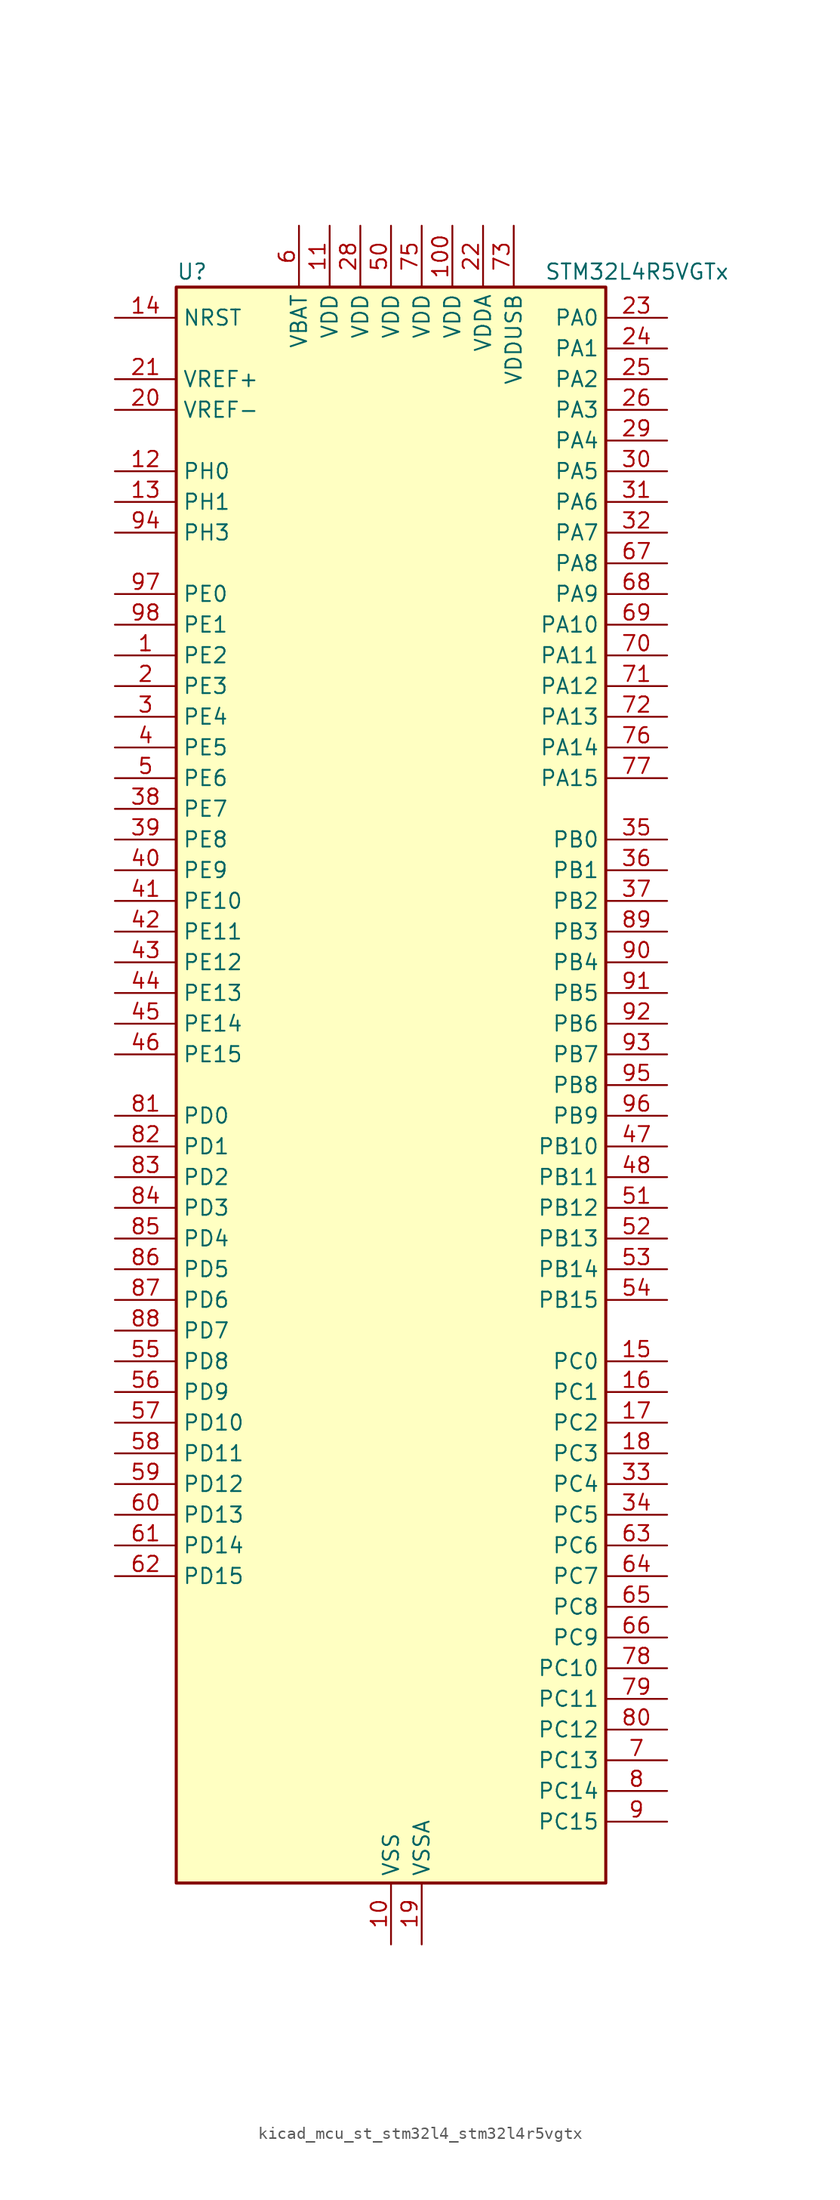
<source format=kicad_sym>
(kicad_symbol_lib
  (version 20220914)
  (generator kicad_symbol_editor)
  (symbol "kicad_mcu_st_stm32l4_stm32l4r5vgtx"
    (property "Reference" "U"
      (at -17.78 67.31 0)
      (effects (font (size 1.27 1.27)) (justify left)))
    (property "Value" "STM32L4R5VGTx"
      (at 12.7 67.31 0)
      (effects (font (size 1.27 1.27)) (justify left)))
    (property "ki_locked" ""
      (at 0 0 0)
      (effects (font (size 1.27 1.27))))
    (symbol "kicad_mcu_st_stm32l4_stm32l4r5vgtx_0_1"
      (rectangle (start -17.78 -66.04) (end 17.78 66.04) (stroke (width 0.254) (type default)) (fill (type background))))
    (symbol "kicad_mcu_st_stm32l4_stm32l4r5vgtx_1_1"
      (pin bidirectional line (at -22.86 35.56 0) (length 5.08) (name "PE2" (effects (font (size 1.27 1.27)))) (number "1" (effects (font (size 1.27 1.27)))) (alternate "FMC_A23" bidirectional line) (alternate "SAI1_CK1" bidirectional line) (alternate "SAI1_MCLK_A" bidirectional line) (alternate "SYS_TRACECLK" bidirectional line) (alternate "TIM3_ETR" bidirectional line) (alternate "TSC_G7_IO1" bidirectional line))
      (pin power_in line (at 0 -71.12 90) (length 5.08) (name "VSS" (effects (font (size 1.27 1.27)))) (number "10" (effects (font (size 1.27 1.27)))))
      (pin power_in line (at 5.08 71.12 270) (length 5.08) (name "VDD" (effects (font (size 1.27 1.27)))) (number "100" (effects (font (size 1.27 1.27)))))
      (pin power_in line (at -5.08 71.12 270) (length 5.08) (name "VDD" (effects (font (size 1.27 1.27)))) (number "11" (effects (font (size 1.27 1.27)))))
      (pin bidirectional line (at -22.86 50.8 0) (length 5.08) (name "PH0" (effects (font (size 1.27 1.27)))) (number "12" (effects (font (size 1.27 1.27)))) (alternate "RCC_OSC_IN" bidirectional line))
      (pin bidirectional line (at -22.86 48.26 0) (length 5.08) (name "PH1" (effects (font (size 1.27 1.27)))) (number "13" (effects (font (size 1.27 1.27)))) (alternate "RCC_OSC_OUT" bidirectional line))
      (pin input line (at -22.86 63.5 0) (length 5.08) (name "NRST" (effects (font (size 1.27 1.27)))) (number "14" (effects (font (size 1.27 1.27)))))
      (pin bidirectional line (at 22.86 -22.86 180) (length 5.08) (name "PC0" (effects (font (size 1.27 1.27)))) (number "15" (effects (font (size 1.27 1.27)))) (alternate "ADC1_IN1" bidirectional line) (alternate "DFSDM1_DATIN4" bidirectional line) (alternate "I2C3_SCL" bidirectional line) (alternate "LPTIM1_IN1" bidirectional line) (alternate "LPTIM2_IN1" bidirectional line) (alternate "LPUART1_RX" bidirectional line) (alternate "SAI2_FS_A" bidirectional line))
      (pin bidirectional line (at 22.86 -25.4 180) (length 5.08) (name "PC1" (effects (font (size 1.27 1.27)))) (number "16" (effects (font (size 1.27 1.27)))) (alternate "ADC1_IN2" bidirectional line) (alternate "DFSDM1_CKIN4" bidirectional line) (alternate "I2C3_SDA" bidirectional line) (alternate "LPTIM1_OUT" bidirectional line) (alternate "LPUART1_TX" bidirectional line) (alternate "OCTOSPIM_P1_IO4" bidirectional line) (alternate "SAI1_SD_A" bidirectional line) (alternate "SPI2_MOSI" bidirectional line) (alternate "SYS_TRACED0" bidirectional line))
      (pin bidirectional line (at 22.86 -27.94 180) (length 5.08) (name "PC2" (effects (font (size 1.27 1.27)))) (number "17" (effects (font (size 1.27 1.27)))) (alternate "ADC1_IN3" bidirectional line) (alternate "DFSDM1_CKOUT" bidirectional line) (alternate "LPTIM1_IN2" bidirectional line) (alternate "OCTOSPIM_P1_IO5" bidirectional line) (alternate "SPI2_MISO" bidirectional line))
      (pin bidirectional line (at 22.86 -30.48 180) (length 5.08) (name "PC3" (effects (font (size 1.27 1.27)))) (number "18" (effects (font (size 1.27 1.27)))) (alternate "ADC1_IN4" bidirectional line) (alternate "LPTIM1_ETR" bidirectional line) (alternate "LPTIM2_ETR" bidirectional line) (alternate "OCTOSPIM_P1_IO6" bidirectional line) (alternate "SAI1_D1" bidirectional line) (alternate "SAI1_SD_A" bidirectional line) (alternate "SPI2_MOSI" bidirectional line))
      (pin power_in line (at 2.54 -71.12 90) (length 5.08) (name "VSSA" (effects (font (size 1.27 1.27)))) (number "19" (effects (font (size 1.27 1.27)))))
      (pin bidirectional line (at -22.86 33.02 0) (length 5.08) (name "PE3" (effects (font (size 1.27 1.27)))) (number "2" (effects (font (size 1.27 1.27)))) (alternate "FMC_A19" bidirectional line) (alternate "OCTOSPIM_P1_DQS" bidirectional line) (alternate "SAI1_SD_B" bidirectional line) (alternate "SYS_TRACED0" bidirectional line) (alternate "TIM3_CH1" bidirectional line) (alternate "TSC_G7_IO2" bidirectional line))
      (pin input line (at -22.86 55.88 0) (length 5.08) (name "VREF-" (effects (font (size 1.27 1.27)))) (number "20" (effects (font (size 1.27 1.27)))))
      (pin input line (at -22.86 58.42 0) (length 5.08) (name "VREF+" (effects (font (size 1.27 1.27)))) (number "21" (effects (font (size 1.27 1.27)))) (alternate "VREFBUF_OUT" bidirectional line))
      (pin power_in line (at 7.62 71.12 270) (length 5.08) (name "VDDA" (effects (font (size 1.27 1.27)))) (number "22" (effects (font (size 1.27 1.27)))))
      (pin bidirectional line (at 22.86 63.5 180) (length 5.08) (name "PA0" (effects (font (size 1.27 1.27)))) (number "23" (effects (font (size 1.27 1.27)))) (alternate "ADC1_IN5" bidirectional line) (alternate "OPAMP1_VINP" bidirectional line) (alternate "RTC_TAMP2" bidirectional line) (alternate "SAI1_EXTCLK" bidirectional line) (alternate "SYS_WKUP1" bidirectional line) (alternate "TIM2_CH1" bidirectional line) (alternate "TIM2_ETR" bidirectional line) (alternate "TIM5_CH1" bidirectional line) (alternate "TIM8_ETR" bidirectional line) (alternate "UART4_TX" bidirectional line) (alternate "USART2_CTS" bidirectional line) (alternate "USART2_NSS" bidirectional line))
      (pin bidirectional line (at 22.86 60.96 180) (length 5.08) (name "PA1" (effects (font (size 1.27 1.27)))) (number "24" (effects (font (size 1.27 1.27)))) (alternate "ADC1_IN6" bidirectional line) (alternate "I2C1_SMBA" bidirectional line) (alternate "OCTOSPIM_P1_DQS" bidirectional line) (alternate "OPAMP1_VINM" bidirectional line) (alternate "SPI1_SCK" bidirectional line) (alternate "TIM15_CH1N" bidirectional line) (alternate "TIM2_CH2" bidirectional line) (alternate "TIM5_CH2" bidirectional line) (alternate "UART4_RX" bidirectional line) (alternate "USART2_DE" bidirectional line) (alternate "USART2_RTS" bidirectional line))
      (pin bidirectional line (at 22.86 58.42 180) (length 5.08) (name "PA2" (effects (font (size 1.27 1.27)))) (number "25" (effects (font (size 1.27 1.27)))) (alternate "ADC1_IN7" bidirectional line) (alternate "LPUART1_TX" bidirectional line) (alternate "OCTOSPIM_P1_NCS" bidirectional line) (alternate "RCC_LSCO" bidirectional line) (alternate "SAI2_EXTCLK" bidirectional line) (alternate "SYS_WKUP4" bidirectional line) (alternate "TIM15_CH1" bidirectional line) (alternate "TIM2_CH3" bidirectional line) (alternate "TIM5_CH3" bidirectional line) (alternate "USART2_TX" bidirectional line))
      (pin bidirectional line (at 22.86 55.88 180) (length 5.08) (name "PA3" (effects (font (size 1.27 1.27)))) (number "26" (effects (font (size 1.27 1.27)))) (alternate "ADC1_IN8" bidirectional line) (alternate "LPUART1_RX" bidirectional line) (alternate "OCTOSPIM_P1_CLK" bidirectional line) (alternate "OPAMP1_VOUT" bidirectional line) (alternate "SAI1_CK1" bidirectional line) (alternate "SAI1_MCLK_A" bidirectional line) (alternate "TIM15_CH2" bidirectional line) (alternate "TIM2_CH4" bidirectional line) (alternate "TIM5_CH4" bidirectional line) (alternate "USART2_RX" bidirectional line))
      (pin passive line (at 0 -71.12 90) (length 5.08) hide (name "VSS" (effects (font (size 1.27 1.27)))) (number "27" (effects (font (size 1.27 1.27)))))
      (pin power_in line (at -2.54 71.12 270) (length 5.08) (name "VDD" (effects (font (size 1.27 1.27)))) (number "28" (effects (font (size 1.27 1.27)))))
      (pin bidirectional line (at 22.86 53.34 180) (length 5.08) (name "PA4" (effects (font (size 1.27 1.27)))) (number "29" (effects (font (size 1.27 1.27)))) (alternate "ADC1_IN9" bidirectional line) (alternate "DAC1_OUT1" bidirectional line) (alternate "DCMI_HSYNC" bidirectional line) (alternate "LPTIM2_OUT" bidirectional line) (alternate "OCTOSPIM_P1_NCS" bidirectional line) (alternate "SAI1_FS_B" bidirectional line) (alternate "SPI1_NSS" bidirectional line) (alternate "SPI3_NSS" bidirectional line) (alternate "USART2_CK" bidirectional line))
      (pin bidirectional line (at -22.86 30.48 0) (length 5.08) (name "PE4" (effects (font (size 1.27 1.27)))) (number "3" (effects (font (size 1.27 1.27)))) (alternate "DCMI_D4" bidirectional line) (alternate "DFSDM1_DATIN3" bidirectional line) (alternate "FMC_A20" bidirectional line) (alternate "SAI1_D2" bidirectional line) (alternate "SAI1_FS_A" bidirectional line) (alternate "SYS_TRACED1" bidirectional line) (alternate "TIM3_CH2" bidirectional line) (alternate "TSC_G7_IO3" bidirectional line))
      (pin bidirectional line (at 22.86 50.8 180) (length 5.08) (name "PA5" (effects (font (size 1.27 1.27)))) (number "30" (effects (font (size 1.27 1.27)))) (alternate "ADC1_IN10" bidirectional line) (alternate "DAC1_OUT2" bidirectional line) (alternate "LPTIM2_ETR" bidirectional line) (alternate "SPI1_SCK" bidirectional line) (alternate "TIM2_CH1" bidirectional line) (alternate "TIM2_ETR" bidirectional line) (alternate "TIM8_CH1N" bidirectional line))
      (pin bidirectional line (at 22.86 48.26 180) (length 5.08) (name "PA6" (effects (font (size 1.27 1.27)))) (number "31" (effects (font (size 1.27 1.27)))) (alternate "ADC1_IN11" bidirectional line) (alternate "DCMI_PIXCLK" bidirectional line) (alternate "LPUART1_CTS" bidirectional line) (alternate "OCTOSPIM_P1_IO3" bidirectional line) (alternate "OPAMP2_VINP" bidirectional line) (alternate "SPI1_MISO" bidirectional line) (alternate "TIM16_CH1" bidirectional line) (alternate "TIM1_BKIN" bidirectional line) (alternate "TIM3_CH1" bidirectional line) (alternate "TIM8_BKIN" bidirectional line) (alternate "USART3_CTS" bidirectional line) (alternate "USART3_NSS" bidirectional line))
      (pin bidirectional line (at 22.86 45.72 180) (length 5.08) (name "PA7" (effects (font (size 1.27 1.27)))) (number "32" (effects (font (size 1.27 1.27)))) (alternate "ADC1_IN12" bidirectional line) (alternate "I2C3_SCL" bidirectional line) (alternate "OCTOSPIM_P1_IO2" bidirectional line) (alternate "OPAMP2_VINM" bidirectional line) (alternate "SPI1_MOSI" bidirectional line) (alternate "TIM17_CH1" bidirectional line) (alternate "TIM1_CH1N" bidirectional line) (alternate "TIM3_CH2" bidirectional line) (alternate "TIM8_CH1N" bidirectional line))
      (pin bidirectional line (at 22.86 -33.02 180) (length 5.08) (name "PC4" (effects (font (size 1.27 1.27)))) (number "33" (effects (font (size 1.27 1.27)))) (alternate "ADC1_IN13" bidirectional line) (alternate "COMP1_INM" bidirectional line) (alternate "OCTOSPIM_P1_IO7" bidirectional line) (alternate "USART3_TX" bidirectional line))
      (pin bidirectional line (at 22.86 -35.56 180) (length 5.08) (name "PC5" (effects (font (size 1.27 1.27)))) (number "34" (effects (font (size 1.27 1.27)))) (alternate "ADC1_IN14" bidirectional line) (alternate "COMP1_INP" bidirectional line) (alternate "SAI1_D3" bidirectional line) (alternate "SYS_WKUP5" bidirectional line) (alternate "USART3_RX" bidirectional line))
      (pin bidirectional line (at 22.86 20.32 180) (length 5.08) (name "PB0" (effects (font (size 1.27 1.27)))) (number "35" (effects (font (size 1.27 1.27)))) (alternate "ADC1_IN15" bidirectional line) (alternate "COMP1_OUT" bidirectional line) (alternate "OCTOSPIM_P1_IO1" bidirectional line) (alternate "OPAMP2_VOUT" bidirectional line) (alternate "SAI1_EXTCLK" bidirectional line) (alternate "SPI1_NSS" bidirectional line) (alternate "TIM1_CH2N" bidirectional line) (alternate "TIM3_CH3" bidirectional line) (alternate "TIM8_CH2N" bidirectional line) (alternate "USART3_CK" bidirectional line))
      (pin bidirectional line (at 22.86 17.78 180) (length 5.08) (name "PB1" (effects (font (size 1.27 1.27)))) (number "36" (effects (font (size 1.27 1.27)))) (alternate "ADC1_IN16" bidirectional line) (alternate "COMP1_INM" bidirectional line) (alternate "DFSDM1_DATIN0" bidirectional line) (alternate "LPTIM2_IN1" bidirectional line) (alternate "LPUART1_DE" bidirectional line) (alternate "LPUART1_RTS" bidirectional line) (alternate "OCTOSPIM_P1_IO0" bidirectional line) (alternate "TIM1_CH3N" bidirectional line) (alternate "TIM3_CH4" bidirectional line) (alternate "TIM8_CH3N" bidirectional line) (alternate "USART3_DE" bidirectional line) (alternate "USART3_RTS" bidirectional line))
      (pin bidirectional line (at 22.86 15.24 180) (length 5.08) (name "PB2" (effects (font (size 1.27 1.27)))) (number "37" (effects (font (size 1.27 1.27)))) (alternate "COMP1_INP" bidirectional line) (alternate "DFSDM1_CKIN0" bidirectional line) (alternate "I2C3_SMBA" bidirectional line) (alternate "LPTIM1_OUT" bidirectional line) (alternate "OCTOSPIM_P1_DQS" bidirectional line) (alternate "RTC_OUT_ALARM" bidirectional line) (alternate "RTC_OUT_CALIB" bidirectional line))
      (pin bidirectional line (at -22.86 22.86 0) (length 5.08) (name "PE7" (effects (font (size 1.27 1.27)))) (number "38" (effects (font (size 1.27 1.27)))) (alternate "DFSDM1_DATIN2" bidirectional line) (alternate "FMC_D4" bidirectional line) (alternate "FMC_DA4" bidirectional line) (alternate "SAI1_SD_B" bidirectional line) (alternate "TIM1_ETR" bidirectional line))
      (pin bidirectional line (at -22.86 20.32 0) (length 5.08) (name "PE8" (effects (font (size 1.27 1.27)))) (number "39" (effects (font (size 1.27 1.27)))) (alternate "DFSDM1_CKIN2" bidirectional line) (alternate "FMC_D5" bidirectional line) (alternate "FMC_DA5" bidirectional line) (alternate "SAI1_SCK_B" bidirectional line) (alternate "TIM1_CH1N" bidirectional line))
      (pin bidirectional line (at -22.86 27.94 0) (length 5.08) (name "PE5" (effects (font (size 1.27 1.27)))) (number "4" (effects (font (size 1.27 1.27)))) (alternate "DCMI_D6" bidirectional line) (alternate "DFSDM1_CKIN3" bidirectional line) (alternate "FMC_A21" bidirectional line) (alternate "SAI1_CK2" bidirectional line) (alternate "SAI1_SCK_A" bidirectional line) (alternate "SYS_TRACED2" bidirectional line) (alternate "TIM3_CH3" bidirectional line) (alternate "TSC_G7_IO4" bidirectional line))
      (pin bidirectional line (at -22.86 17.78 0) (length 5.08) (name "PE9" (effects (font (size 1.27 1.27)))) (number "40" (effects (font (size 1.27 1.27)))) (alternate "DAC1_EXTI9" bidirectional line) (alternate "DFSDM1_CKOUT" bidirectional line) (alternate "FMC_D6" bidirectional line) (alternate "FMC_DA6" bidirectional line) (alternate "SAI1_FS_B" bidirectional line) (alternate "TIM1_CH1" bidirectional line))
      (pin bidirectional line (at -22.86 15.24 0) (length 5.08) (name "PE10" (effects (font (size 1.27 1.27)))) (number "41" (effects (font (size 1.27 1.27)))) (alternate "DFSDM1_DATIN4" bidirectional line) (alternate "FMC_D7" bidirectional line) (alternate "FMC_DA7" bidirectional line) (alternate "OCTOSPIM_P1_CLK" bidirectional line) (alternate "SAI1_MCLK_B" bidirectional line) (alternate "TIM1_CH2N" bidirectional line) (alternate "TSC_G5_IO1" bidirectional line))
      (pin bidirectional line (at -22.86 12.7 0) (length 5.08) (name "PE11" (effects (font (size 1.27 1.27)))) (number "42" (effects (font (size 1.27 1.27)))) (alternate "ADC1_EXTI11" bidirectional line) (alternate "DFSDM1_CKIN4" bidirectional line) (alternate "FMC_D8" bidirectional line) (alternate "FMC_DA8" bidirectional line) (alternate "OCTOSPIM_P1_NCS" bidirectional line) (alternate "TIM1_CH2" bidirectional line) (alternate "TSC_G5_IO2" bidirectional line))
      (pin bidirectional line (at -22.86 10.16 0) (length 5.08) (name "PE12" (effects (font (size 1.27 1.27)))) (number "43" (effects (font (size 1.27 1.27)))) (alternate "DFSDM1_DATIN5" bidirectional line) (alternate "FMC_D9" bidirectional line) (alternate "FMC_DA9" bidirectional line) (alternate "OCTOSPIM_P1_IO0" bidirectional line) (alternate "SPI1_NSS" bidirectional line) (alternate "TIM1_CH3N" bidirectional line) (alternate "TSC_G5_IO3" bidirectional line))
      (pin bidirectional line (at -22.86 7.62 0) (length 5.08) (name "PE13" (effects (font (size 1.27 1.27)))) (number "44" (effects (font (size 1.27 1.27)))) (alternate "DFSDM1_CKIN5" bidirectional line) (alternate "FMC_D10" bidirectional line) (alternate "FMC_DA10" bidirectional line) (alternate "OCTOSPIM_P1_IO1" bidirectional line) (alternate "SPI1_SCK" bidirectional line) (alternate "TIM1_CH3" bidirectional line) (alternate "TSC_G5_IO4" bidirectional line))
      (pin bidirectional line (at -22.86 5.08 0) (length 5.08) (name "PE14" (effects (font (size 1.27 1.27)))) (number "45" (effects (font (size 1.27 1.27)))) (alternate "FMC_D11" bidirectional line) (alternate "FMC_DA11" bidirectional line) (alternate "OCTOSPIM_P1_IO2" bidirectional line) (alternate "SPI1_MISO" bidirectional line) (alternate "TIM1_BKIN2" bidirectional line) (alternate "TIM1_CH4" bidirectional line))
      (pin bidirectional line (at -22.86 2.54 0) (length 5.08) (name "PE15" (effects (font (size 1.27 1.27)))) (number "46" (effects (font (size 1.27 1.27)))) (alternate "ADC1_EXTI15" bidirectional line) (alternate "FMC_D12" bidirectional line) (alternate "FMC_DA12" bidirectional line) (alternate "OCTOSPIM_P1_IO3" bidirectional line) (alternate "SPI1_MOSI" bidirectional line) (alternate "TIM1_BKIN" bidirectional line))
      (pin bidirectional line (at 22.86 -5.08 180) (length 5.08) (name "PB10" (effects (font (size 1.27 1.27)))) (number "47" (effects (font (size 1.27 1.27)))) (alternate "COMP1_OUT" bidirectional line) (alternate "DFSDM1_DATIN7" bidirectional line) (alternate "I2C2_SCL" bidirectional line) (alternate "I2C4_SCL" bidirectional line) (alternate "LPUART1_RX" bidirectional line) (alternate "OCTOSPIM_P1_CLK" bidirectional line) (alternate "SAI1_SCK_A" bidirectional line) (alternate "SPI2_SCK" bidirectional line) (alternate "TIM2_CH3" bidirectional line) (alternate "TSC_SYNC" bidirectional line) (alternate "USART3_TX" bidirectional line))
      (pin bidirectional line (at 22.86 -7.62 180) (length 5.08) (name "PB11" (effects (font (size 1.27 1.27)))) (number "48" (effects (font (size 1.27 1.27)))) (alternate "ADC1_EXTI11" bidirectional line) (alternate "COMP2_OUT" bidirectional line) (alternate "DFSDM1_CKIN7" bidirectional line) (alternate "I2C2_SDA" bidirectional line) (alternate "I2C4_SDA" bidirectional line) (alternate "LPUART1_TX" bidirectional line) (alternate "OCTOSPIM_P1_NCS" bidirectional line) (alternate "TIM2_CH4" bidirectional line) (alternate "USART3_RX" bidirectional line))
      (pin passive line (at 0 -71.12 90) (length 5.08) hide (name "VSS" (effects (font (size 1.27 1.27)))) (number "49" (effects (font (size 1.27 1.27)))))
      (pin bidirectional line (at -22.86 25.4 0) (length 5.08) (name "PE6" (effects (font (size 1.27 1.27)))) (number "5" (effects (font (size 1.27 1.27)))) (alternate "DCMI_D7" bidirectional line) (alternate "FMC_A22" bidirectional line) (alternate "RTC_TAMP3" bidirectional line) (alternate "SAI1_D1" bidirectional line) (alternate "SAI1_SD_A" bidirectional line) (alternate "SYS_TRACED3" bidirectional line) (alternate "SYS_WKUP3" bidirectional line) (alternate "TIM3_CH4" bidirectional line))
      (pin power_in line (at 0 71.12 270) (length 5.08) (name "VDD" (effects (font (size 1.27 1.27)))) (number "50" (effects (font (size 1.27 1.27)))))
      (pin bidirectional line (at 22.86 -10.16 180) (length 5.08) (name "PB12" (effects (font (size 1.27 1.27)))) (number "51" (effects (font (size 1.27 1.27)))) (alternate "DFSDM1_DATIN1" bidirectional line) (alternate "I2C2_SMBA" bidirectional line) (alternate "LPUART1_DE" bidirectional line) (alternate "LPUART1_RTS" bidirectional line) (alternate "SAI2_FS_A" bidirectional line) (alternate "SPI2_NSS" bidirectional line) (alternate "TIM15_BKIN" bidirectional line) (alternate "TIM1_BKIN" bidirectional line) (alternate "TSC_G1_IO1" bidirectional line) (alternate "USART3_CK" bidirectional line))
      (pin bidirectional line (at 22.86 -12.7 180) (length 5.08) (name "PB13" (effects (font (size 1.27 1.27)))) (number "52" (effects (font (size 1.27 1.27)))) (alternate "DFSDM1_CKIN1" bidirectional line) (alternate "I2C2_SCL" bidirectional line) (alternate "LPUART1_CTS" bidirectional line) (alternate "SAI2_SCK_A" bidirectional line) (alternate "SPI2_SCK" bidirectional line) (alternate "TIM15_CH1N" bidirectional line) (alternate "TIM1_CH1N" bidirectional line) (alternate "TSC_G1_IO2" bidirectional line) (alternate "USART3_CTS" bidirectional line) (alternate "USART3_NSS" bidirectional line))
      (pin bidirectional line (at 22.86 -15.24 180) (length 5.08) (name "PB14" (effects (font (size 1.27 1.27)))) (number "53" (effects (font (size 1.27 1.27)))) (alternate "DFSDM1_DATIN2" bidirectional line) (alternate "I2C2_SDA" bidirectional line) (alternate "SAI2_MCLK_A" bidirectional line) (alternate "SPI2_MISO" bidirectional line) (alternate "TIM15_CH1" bidirectional line) (alternate "TIM1_CH2N" bidirectional line) (alternate "TIM8_CH2N" bidirectional line) (alternate "TSC_G1_IO3" bidirectional line) (alternate "USART3_DE" bidirectional line) (alternate "USART3_RTS" bidirectional line))
      (pin bidirectional line (at 22.86 -17.78 180) (length 5.08) (name "PB15" (effects (font (size 1.27 1.27)))) (number "54" (effects (font (size 1.27 1.27)))) (alternate "ADC1_EXTI15" bidirectional line) (alternate "DFSDM1_CKIN2" bidirectional line) (alternate "RTC_REFIN" bidirectional line) (alternate "SAI2_SD_A" bidirectional line) (alternate "SPI2_MOSI" bidirectional line) (alternate "TIM15_CH2" bidirectional line) (alternate "TIM1_CH3N" bidirectional line) (alternate "TIM8_CH3N" bidirectional line) (alternate "TSC_G1_IO4" bidirectional line))
      (pin bidirectional line (at -22.86 -22.86 0) (length 5.08) (name "PD8" (effects (font (size 1.27 1.27)))) (number "55" (effects (font (size 1.27 1.27)))) (alternate "DCMI_HSYNC" bidirectional line) (alternate "FMC_D13" bidirectional line) (alternate "FMC_DA13" bidirectional line) (alternate "USART3_TX" bidirectional line))
      (pin bidirectional line (at -22.86 -25.4 0) (length 5.08) (name "PD9" (effects (font (size 1.27 1.27)))) (number "56" (effects (font (size 1.27 1.27)))) (alternate "DAC1_EXTI9" bidirectional line) (alternate "DCMI_PIXCLK" bidirectional line) (alternate "FMC_D14" bidirectional line) (alternate "FMC_DA14" bidirectional line) (alternate "SAI2_MCLK_A" bidirectional line) (alternate "USART3_RX" bidirectional line))
      (pin bidirectional line (at -22.86 -27.94 0) (length 5.08) (name "PD10" (effects (font (size 1.27 1.27)))) (number "57" (effects (font (size 1.27 1.27)))) (alternate "FMC_D15" bidirectional line) (alternate "FMC_DA15" bidirectional line) (alternate "SAI2_SCK_A" bidirectional line) (alternate "TSC_G6_IO1" bidirectional line) (alternate "USART3_CK" bidirectional line))
      (pin bidirectional line (at -22.86 -30.48 0) (length 5.08) (name "PD11" (effects (font (size 1.27 1.27)))) (number "58" (effects (font (size 1.27 1.27)))) (alternate "ADC1_EXTI11" bidirectional line) (alternate "FMC_A16" bidirectional line) (alternate "FMC_CLE" bidirectional line) (alternate "I2C4_SMBA" bidirectional line) (alternate "LPTIM2_ETR" bidirectional line) (alternate "SAI2_SD_A" bidirectional line) (alternate "TSC_G6_IO2" bidirectional line) (alternate "USART3_CTS" bidirectional line) (alternate "USART3_NSS" bidirectional line))
      (pin bidirectional line (at -22.86 -33.02 0) (length 5.08) (name "PD12" (effects (font (size 1.27 1.27)))) (number "59" (effects (font (size 1.27 1.27)))) (alternate "FMC_A17" bidirectional line) (alternate "FMC_ALE" bidirectional line) (alternate "I2C4_SCL" bidirectional line) (alternate "LPTIM2_IN1" bidirectional line) (alternate "SAI2_FS_A" bidirectional line) (alternate "TIM4_CH1" bidirectional line) (alternate "TSC_G6_IO3" bidirectional line) (alternate "USART3_DE" bidirectional line) (alternate "USART3_RTS" bidirectional line))
      (pin power_in line (at -7.62 71.12 270) (length 5.08) (name "VBAT" (effects (font (size 1.27 1.27)))) (number "6" (effects (font (size 1.27 1.27)))))
      (pin bidirectional line (at -22.86 -35.56 0) (length 5.08) (name "PD13" (effects (font (size 1.27 1.27)))) (number "60" (effects (font (size 1.27 1.27)))) (alternate "FMC_A18" bidirectional line) (alternate "I2C4_SDA" bidirectional line) (alternate "LPTIM2_OUT" bidirectional line) (alternate "TIM4_CH2" bidirectional line) (alternate "TSC_G6_IO4" bidirectional line))
      (pin bidirectional line (at -22.86 -38.1 0) (length 5.08) (name "PD14" (effects (font (size 1.27 1.27)))) (number "61" (effects (font (size 1.27 1.27)))) (alternate "FMC_D0" bidirectional line) (alternate "FMC_DA0" bidirectional line) (alternate "TIM4_CH3" bidirectional line))
      (pin bidirectional line (at -22.86 -40.64 0) (length 5.08) (name "PD15" (effects (font (size 1.27 1.27)))) (number "62" (effects (font (size 1.27 1.27)))) (alternate "ADC1_EXTI15" bidirectional line) (alternate "FMC_D1" bidirectional line) (alternate "FMC_DA1" bidirectional line) (alternate "TIM4_CH4" bidirectional line))
      (pin bidirectional line (at 22.86 -38.1 180) (length 5.08) (name "PC6" (effects (font (size 1.27 1.27)))) (number "63" (effects (font (size 1.27 1.27)))) (alternate "DCMI_D0" bidirectional line) (alternate "DFSDM1_CKIN3" bidirectional line) (alternate "SAI2_MCLK_A" bidirectional line) (alternate "SDMMC1_D0DIR" bidirectional line) (alternate "SDMMC1_D6" bidirectional line) (alternate "TIM3_CH1" bidirectional line) (alternate "TIM8_CH1" bidirectional line) (alternate "TSC_G4_IO1" bidirectional line))
      (pin bidirectional line (at 22.86 -40.64 180) (length 5.08) (name "PC7" (effects (font (size 1.27 1.27)))) (number "64" (effects (font (size 1.27 1.27)))) (alternate "DCMI_D1" bidirectional line) (alternate "DFSDM1_DATIN3" bidirectional line) (alternate "SAI2_MCLK_B" bidirectional line) (alternate "SDMMC1_D123DIR" bidirectional line) (alternate "SDMMC1_D7" bidirectional line) (alternate "TIM3_CH2" bidirectional line) (alternate "TIM8_CH2" bidirectional line) (alternate "TSC_G4_IO2" bidirectional line))
      (pin bidirectional line (at 22.86 -43.18 180) (length 5.08) (name "PC8" (effects (font (size 1.27 1.27)))) (number "65" (effects (font (size 1.27 1.27)))) (alternate "DCMI_D2" bidirectional line) (alternate "SDMMC1_D0" bidirectional line) (alternate "TIM3_CH3" bidirectional line) (alternate "TIM8_CH3" bidirectional line) (alternate "TSC_G4_IO3" bidirectional line))
      (pin bidirectional line (at 22.86 -45.72 180) (length 5.08) (name "PC9" (effects (font (size 1.27 1.27)))) (number "66" (effects (font (size 1.27 1.27)))) (alternate "DAC1_EXTI9" bidirectional line) (alternate "DCMI_D3" bidirectional line) (alternate "I2C3_SDA" bidirectional line) (alternate "SAI2_EXTCLK" bidirectional line) (alternate "SDMMC1_D1" bidirectional line) (alternate "SYS_TRACED0" bidirectional line) (alternate "TIM3_CH4" bidirectional line) (alternate "TIM8_BKIN2" bidirectional line) (alternate "TIM8_CH4" bidirectional line) (alternate "TSC_G4_IO4" bidirectional line) (alternate "USB_OTG_FS_NOE" bidirectional line))
      (pin bidirectional line (at 22.86 43.18 180) (length 5.08) (name "PA8" (effects (font (size 1.27 1.27)))) (number "67" (effects (font (size 1.27 1.27)))) (alternate "LPTIM2_OUT" bidirectional line) (alternate "RCC_MCO" bidirectional line) (alternate "SAI1_CK2" bidirectional line) (alternate "SAI1_SCK_A" bidirectional line) (alternate "TIM1_CH1" bidirectional line) (alternate "USART1_CK" bidirectional line) (alternate "USB_OTG_FS_SOF" bidirectional line))
      (pin bidirectional line (at 22.86 40.64 180) (length 5.08) (name "PA9" (effects (font (size 1.27 1.27)))) (number "68" (effects (font (size 1.27 1.27)))) (alternate "DAC1_EXTI9" bidirectional line) (alternate "DCMI_D0" bidirectional line) (alternate "SAI1_FS_A" bidirectional line) (alternate "SPI2_SCK" bidirectional line) (alternate "TIM15_BKIN" bidirectional line) (alternate "TIM1_CH2" bidirectional line) (alternate "USART1_TX" bidirectional line) (alternate "USB_OTG_FS_VBUS" bidirectional line))
      (pin bidirectional line (at 22.86 38.1 180) (length 5.08) (name "PA10" (effects (font (size 1.27 1.27)))) (number "69" (effects (font (size 1.27 1.27)))) (alternate "DCMI_D1" bidirectional line) (alternate "SAI1_D1" bidirectional line) (alternate "SAI1_SD_A" bidirectional line) (alternate "TIM17_BKIN" bidirectional line) (alternate "TIM1_CH3" bidirectional line) (alternate "USART1_RX" bidirectional line) (alternate "USB_OTG_FS_ID" bidirectional line))
      (pin bidirectional line (at 22.86 -55.88 180) (length 5.08) (name "PC13" (effects (font (size 1.27 1.27)))) (number "7" (effects (font (size 1.27 1.27)))) (alternate "RTC_OUT_ALARM" bidirectional line) (alternate "RTC_OUT_CALIB" bidirectional line) (alternate "RTC_TAMP1" bidirectional line) (alternate "RTC_TS" bidirectional line) (alternate "SYS_WKUP2" bidirectional line))
      (pin bidirectional line (at 22.86 35.56 180) (length 5.08) (name "PA11" (effects (font (size 1.27 1.27)))) (number "70" (effects (font (size 1.27 1.27)))) (alternate "ADC1_EXTI11" bidirectional line) (alternate "CAN1_RX" bidirectional line) (alternate "SPI1_MISO" bidirectional line) (alternate "TIM1_BKIN2" bidirectional line) (alternate "TIM1_CH4" bidirectional line) (alternate "USART1_CTS" bidirectional line) (alternate "USART1_NSS" bidirectional line) (alternate "USB_OTG_FS_DM" bidirectional line))
      (pin bidirectional line (at 22.86 33.02 180) (length 5.08) (name "PA12" (effects (font (size 1.27 1.27)))) (number "71" (effects (font (size 1.27 1.27)))) (alternate "CAN1_TX" bidirectional line) (alternate "SPI1_MOSI" bidirectional line) (alternate "TIM1_ETR" bidirectional line) (alternate "USART1_DE" bidirectional line) (alternate "USART1_RTS" bidirectional line) (alternate "USB_OTG_FS_DP" bidirectional line))
      (pin bidirectional line (at 22.86 30.48 180) (length 5.08) (name "PA13" (effects (font (size 1.27 1.27)))) (number "72" (effects (font (size 1.27 1.27)))) (alternate "IR_OUT" bidirectional line) (alternate "SAI1_SD_B" bidirectional line) (alternate "SYS_JTMS-SWDIO" bidirectional line) (alternate "USB_OTG_FS_NOE" bidirectional line))
      (pin power_in line (at 10.16 71.12 270) (length 5.08) (name "VDDUSB" (effects (font (size 1.27 1.27)))) (number "73" (effects (font (size 1.27 1.27)))))
      (pin passive line (at 0 -71.12 90) (length 5.08) hide (name "VSS" (effects (font (size 1.27 1.27)))) (number "74" (effects (font (size 1.27 1.27)))))
      (pin power_in line (at 2.54 71.12 270) (length 5.08) (name "VDD" (effects (font (size 1.27 1.27)))) (number "75" (effects (font (size 1.27 1.27)))))
      (pin bidirectional line (at 22.86 27.94 180) (length 5.08) (name "PA14" (effects (font (size 1.27 1.27)))) (number "76" (effects (font (size 1.27 1.27)))) (alternate "I2C1_SMBA" bidirectional line) (alternate "I2C4_SMBA" bidirectional line) (alternate "LPTIM1_OUT" bidirectional line) (alternate "SAI1_FS_B" bidirectional line) (alternate "SYS_JTCK-SWCLK" bidirectional line) (alternate "USB_OTG_FS_SOF" bidirectional line))
      (pin bidirectional line (at 22.86 25.4 180) (length 5.08) (name "PA15" (effects (font (size 1.27 1.27)))) (number "77" (effects (font (size 1.27 1.27)))) (alternate "ADC1_EXTI15" bidirectional line) (alternate "SAI2_FS_B" bidirectional line) (alternate "SPI1_NSS" bidirectional line) (alternate "SPI3_NSS" bidirectional line) (alternate "SYS_JTDI" bidirectional line) (alternate "TIM2_CH1" bidirectional line) (alternate "TIM2_ETR" bidirectional line) (alternate "TSC_G3_IO1" bidirectional line) (alternate "UART4_DE" bidirectional line) (alternate "UART4_RTS" bidirectional line) (alternate "USART2_RX" bidirectional line) (alternate "USART3_DE" bidirectional line) (alternate "USART3_RTS" bidirectional line))
      (pin bidirectional line (at 22.86 -48.26 180) (length 5.08) (name "PC10" (effects (font (size 1.27 1.27)))) (number "78" (effects (font (size 1.27 1.27)))) (alternate "DCMI_D8" bidirectional line) (alternate "SAI2_SCK_B" bidirectional line) (alternate "SDMMC1_D2" bidirectional line) (alternate "SPI3_SCK" bidirectional line) (alternate "SYS_TRACED1" bidirectional line) (alternate "TSC_G3_IO2" bidirectional line) (alternate "UART4_TX" bidirectional line) (alternate "USART3_TX" bidirectional line))
      (pin bidirectional line (at 22.86 -50.8 180) (length 5.08) (name "PC11" (effects (font (size 1.27 1.27)))) (number "79" (effects (font (size 1.27 1.27)))) (alternate "ADC1_EXTI11" bidirectional line) (alternate "DCMI_D2" bidirectional line) (alternate "DCMI_D4" bidirectional line) (alternate "OCTOSPIM_P1_NCS" bidirectional line) (alternate "SAI2_MCLK_B" bidirectional line) (alternate "SDMMC1_D3" bidirectional line) (alternate "SPI3_MISO" bidirectional line) (alternate "TSC_G3_IO3" bidirectional line) (alternate "UART4_RX" bidirectional line) (alternate "USART3_RX" bidirectional line))
      (pin bidirectional line (at 22.86 -58.42 180) (length 5.08) (name "PC14" (effects (font (size 1.27 1.27)))) (number "8" (effects (font (size 1.27 1.27)))) (alternate "RCC_OSC32_IN" bidirectional line))
      (pin bidirectional line (at 22.86 -53.34 180) (length 5.08) (name "PC12" (effects (font (size 1.27 1.27)))) (number "80" (effects (font (size 1.27 1.27)))) (alternate "DCMI_D9" bidirectional line) (alternate "SAI2_SD_B" bidirectional line) (alternate "SDMMC1_CK" bidirectional line) (alternate "SPI3_MOSI" bidirectional line) (alternate "SYS_TRACED3" bidirectional line) (alternate "TSC_G3_IO4" bidirectional line) (alternate "UART5_TX" bidirectional line) (alternate "USART3_CK" bidirectional line))
      (pin bidirectional line (at -22.86 -2.54 0) (length 5.08) (name "PD0" (effects (font (size 1.27 1.27)))) (number "81" (effects (font (size 1.27 1.27)))) (alternate "CAN1_RX" bidirectional line) (alternate "DFSDM1_DATIN7" bidirectional line) (alternate "FMC_D2" bidirectional line) (alternate "FMC_DA2" bidirectional line) (alternate "SPI2_NSS" bidirectional line))
      (pin bidirectional line (at -22.86 -5.08 0) (length 5.08) (name "PD1" (effects (font (size 1.27 1.27)))) (number "82" (effects (font (size 1.27 1.27)))) (alternate "CAN1_TX" bidirectional line) (alternate "DFSDM1_CKIN7" bidirectional line) (alternate "FMC_D3" bidirectional line) (alternate "FMC_DA3" bidirectional line) (alternate "SPI2_SCK" bidirectional line))
      (pin bidirectional line (at -22.86 -7.62 0) (length 5.08) (name "PD2" (effects (font (size 1.27 1.27)))) (number "83" (effects (font (size 1.27 1.27)))) (alternate "DCMI_D11" bidirectional line) (alternate "SDMMC1_CMD" bidirectional line) (alternate "SYS_TRACED2" bidirectional line) (alternate "TIM3_ETR" bidirectional line) (alternate "TSC_SYNC" bidirectional line) (alternate "UART5_RX" bidirectional line) (alternate "USART3_DE" bidirectional line) (alternate "USART3_RTS" bidirectional line))
      (pin bidirectional line (at -22.86 -10.16 0) (length 5.08) (name "PD3" (effects (font (size 1.27 1.27)))) (number "84" (effects (font (size 1.27 1.27)))) (alternate "DCMI_D5" bidirectional line) (alternate "DFSDM1_DATIN0" bidirectional line) (alternate "FMC_CLK" bidirectional line) (alternate "OCTOSPIM_P2_NCS" bidirectional line) (alternate "SPI2_MISO" bidirectional line) (alternate "SPI2_SCK" bidirectional line) (alternate "USART2_CTS" bidirectional line) (alternate "USART2_NSS" bidirectional line))
      (pin bidirectional line (at -22.86 -12.7 0) (length 5.08) (name "PD4" (effects (font (size 1.27 1.27)))) (number "85" (effects (font (size 1.27 1.27)))) (alternate "DFSDM1_CKIN0" bidirectional line) (alternate "FMC_NOE" bidirectional line) (alternate "OCTOSPIM_P1_IO4" bidirectional line) (alternate "SPI2_MOSI" bidirectional line) (alternate "USART2_DE" bidirectional line) (alternate "USART2_RTS" bidirectional line))
      (pin bidirectional line (at -22.86 -15.24 0) (length 5.08) (name "PD5" (effects (font (size 1.27 1.27)))) (number "86" (effects (font (size 1.27 1.27)))) (alternate "FMC_NWE" bidirectional line) (alternate "OCTOSPIM_P1_IO5" bidirectional line) (alternate "USART2_TX" bidirectional line))
      (pin bidirectional line (at -22.86 -17.78 0) (length 5.08) (name "PD6" (effects (font (size 1.27 1.27)))) (number "87" (effects (font (size 1.27 1.27)))) (alternate "DCMI_D10" bidirectional line) (alternate "DFSDM1_DATIN1" bidirectional line) (alternate "FMC_NWAIT" bidirectional line) (alternate "OCTOSPIM_P1_IO6" bidirectional line) (alternate "SAI1_D1" bidirectional line) (alternate "SAI1_SD_A" bidirectional line) (alternate "SPI3_MOSI" bidirectional line) (alternate "USART2_RX" bidirectional line))
      (pin bidirectional line (at -22.86 -20.32 0) (length 5.08) (name "PD7" (effects (font (size 1.27 1.27)))) (number "88" (effects (font (size 1.27 1.27)))) (alternate "DFSDM1_CKIN1" bidirectional line) (alternate "FMC_NCE" bidirectional line) (alternate "FMC_NE1" bidirectional line) (alternate "OCTOSPIM_P1_IO7" bidirectional line) (alternate "USART2_CK" bidirectional line))
      (pin bidirectional line (at 22.86 12.7 180) (length 5.08) (name "PB3" (effects (font (size 1.27 1.27)))) (number "89" (effects (font (size 1.27 1.27)))) (alternate "COMP2_INM" bidirectional line) (alternate "CRS_SYNC" bidirectional line) (alternate "SAI1_SCK_B" bidirectional line) (alternate "SPI1_SCK" bidirectional line) (alternate "SPI3_SCK" bidirectional line) (alternate "SYS_JTDO-SWO" bidirectional line) (alternate "TIM2_CH2" bidirectional line) (alternate "USART1_DE" bidirectional line) (alternate "USART1_RTS" bidirectional line))
      (pin bidirectional line (at 22.86 -60.96 180) (length 5.08) (name "PC15" (effects (font (size 1.27 1.27)))) (number "9" (effects (font (size 1.27 1.27)))) (alternate "ADC1_EXTI15" bidirectional line) (alternate "RCC_OSC32_OUT" bidirectional line))
      (pin bidirectional line (at 22.86 10.16 180) (length 5.08) (name "PB4" (effects (font (size 1.27 1.27)))) (number "90" (effects (font (size 1.27 1.27)))) (alternate "COMP2_INP" bidirectional line) (alternate "DCMI_D12" bidirectional line) (alternate "I2C3_SDA" bidirectional line) (alternate "SAI1_MCLK_B" bidirectional line) (alternate "SPI1_MISO" bidirectional line) (alternate "SPI3_MISO" bidirectional line) (alternate "SYS_JTRST" bidirectional line) (alternate "TIM17_BKIN" bidirectional line) (alternate "TIM3_CH1" bidirectional line) (alternate "TSC_G2_IO1" bidirectional line) (alternate "UART5_DE" bidirectional line) (alternate "UART5_RTS" bidirectional line) (alternate "USART1_CTS" bidirectional line) (alternate "USART1_NSS" bidirectional line))
      (pin bidirectional line (at 22.86 7.62 180) (length 5.08) (name "PB5" (effects (font (size 1.27 1.27)))) (number "91" (effects (font (size 1.27 1.27)))) (alternate "COMP2_OUT" bidirectional line) (alternate "DCMI_D10" bidirectional line) (alternate "I2C1_SMBA" bidirectional line) (alternate "LPTIM1_IN1" bidirectional line) (alternate "SAI1_SD_B" bidirectional line) (alternate "SPI1_MOSI" bidirectional line) (alternate "SPI3_MOSI" bidirectional line) (alternate "TIM16_BKIN" bidirectional line) (alternate "TIM3_CH2" bidirectional line) (alternate "TSC_G2_IO2" bidirectional line) (alternate "UART5_CTS" bidirectional line) (alternate "USART1_CK" bidirectional line))
      (pin bidirectional line (at 22.86 5.08 180) (length 5.08) (name "PB6" (effects (font (size 1.27 1.27)))) (number "92" (effects (font (size 1.27 1.27)))) (alternate "COMP2_INP" bidirectional line) (alternate "DCMI_D5" bidirectional line) (alternate "DFSDM1_DATIN5" bidirectional line) (alternate "I2C1_SCL" bidirectional line) (alternate "I2C4_SCL" bidirectional line) (alternate "LPTIM1_ETR" bidirectional line) (alternate "SAI1_FS_B" bidirectional line) (alternate "TIM16_CH1N" bidirectional line) (alternate "TIM4_CH1" bidirectional line) (alternate "TIM8_BKIN2" bidirectional line) (alternate "TSC_G2_IO3" bidirectional line) (alternate "USART1_TX" bidirectional line))
      (pin bidirectional line (at 22.86 2.54 180) (length 5.08) (name "PB7" (effects (font (size 1.27 1.27)))) (number "93" (effects (font (size 1.27 1.27)))) (alternate "COMP2_INM" bidirectional line) (alternate "DCMI_VSYNC" bidirectional line) (alternate "DFSDM1_CKIN5" bidirectional line) (alternate "FMC_NL" bidirectional line) (alternate "I2C1_SDA" bidirectional line) (alternate "I2C4_SDA" bidirectional line) (alternate "LPTIM1_IN2" bidirectional line) (alternate "SYS_PVD_IN" bidirectional line) (alternate "TIM17_CH1N" bidirectional line) (alternate "TIM4_CH2" bidirectional line) (alternate "TIM8_BKIN" bidirectional line) (alternate "TSC_G2_IO4" bidirectional line) (alternate "UART4_CTS" bidirectional line) (alternate "USART1_RX" bidirectional line))
      (pin bidirectional line (at -22.86 45.72 0) (length 5.08) (name "PH3" (effects (font (size 1.27 1.27)))) (number "94" (effects (font (size 1.27 1.27)))))
      (pin bidirectional line (at 22.86 0 180) (length 5.08) (name "PB8" (effects (font (size 1.27 1.27)))) (number "95" (effects (font (size 1.27 1.27)))) (alternate "CAN1_RX" bidirectional line) (alternate "DCMI_D6" bidirectional line) (alternate "DFSDM1_CKOUT" bidirectional line) (alternate "DFSDM1_DATIN6" bidirectional line) (alternate "I2C1_SCL" bidirectional line) (alternate "SAI1_CK1" bidirectional line) (alternate "SAI1_MCLK_A" bidirectional line) (alternate "SDMMC1_CKIN" bidirectional line) (alternate "SDMMC1_D4" bidirectional line) (alternate "TIM16_CH1" bidirectional line) (alternate "TIM4_CH3" bidirectional line))
      (pin bidirectional line (at 22.86 -2.54 180) (length 5.08) (name "PB9" (effects (font (size 1.27 1.27)))) (number "96" (effects (font (size 1.27 1.27)))) (alternate "CAN1_TX" bidirectional line) (alternate "DAC1_EXTI9" bidirectional line) (alternate "DCMI_D7" bidirectional line) (alternate "DFSDM1_CKIN6" bidirectional line) (alternate "I2C1_SDA" bidirectional line) (alternate "IR_OUT" bidirectional line) (alternate "SAI1_D2" bidirectional line) (alternate "SAI1_FS_A" bidirectional line) (alternate "SDMMC1_CDIR" bidirectional line) (alternate "SDMMC1_D5" bidirectional line) (alternate "SPI2_NSS" bidirectional line) (alternate "TIM17_CH1" bidirectional line) (alternate "TIM4_CH4" bidirectional line))
      (pin bidirectional line (at -22.86 40.64 0) (length 5.08) (name "PE0" (effects (font (size 1.27 1.27)))) (number "97" (effects (font (size 1.27 1.27)))) (alternate "DCMI_D2" bidirectional line) (alternate "FMC_NBL0" bidirectional line) (alternate "TIM16_CH1" bidirectional line) (alternate "TIM4_ETR" bidirectional line))
      (pin bidirectional line (at -22.86 38.1 0) (length 5.08) (name "PE1" (effects (font (size 1.27 1.27)))) (number "98" (effects (font (size 1.27 1.27)))) (alternate "DCMI_D3" bidirectional line) (alternate "FMC_NBL1" bidirectional line) (alternate "TIM17_CH1" bidirectional line))
      (pin passive line (at 0 -71.12 90) (length 5.08) hide (name "VSS" (effects (font (size 1.27 1.27)))) (number "99" (effects (font (size 1.27 1.27))))))))
</source>
